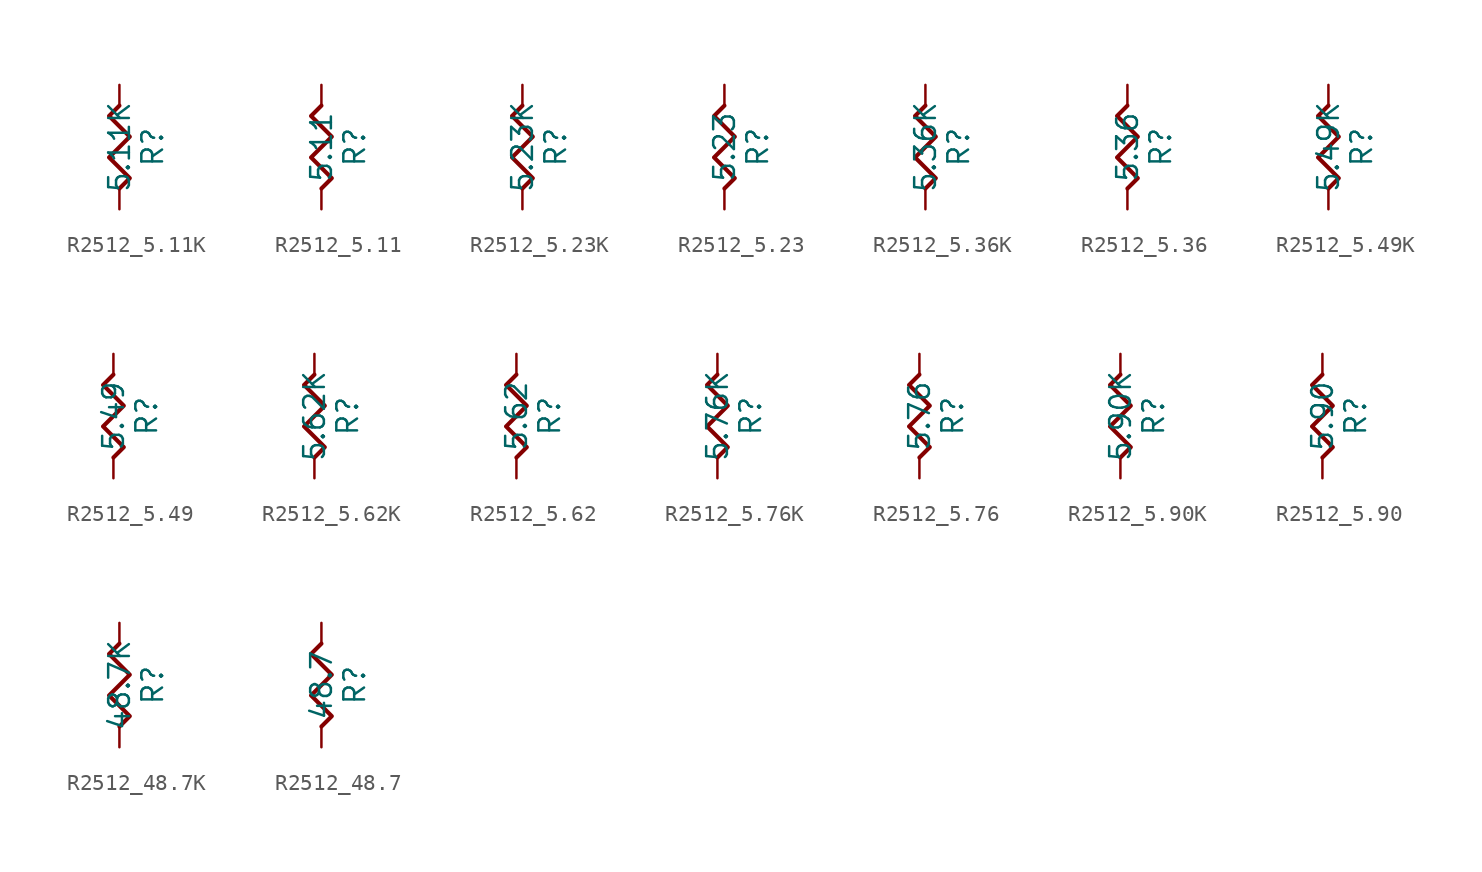
<source format=kicad_sym>
(kicad_symbol_lib
  (version 20211014)
  (generator atlantix-eda)
  (symbol "R2512_5.11K"
    (pin_numbers hide)
    (pin_names
      (offset 0))
    (property "Reference" "R"
      (at 2.032 0 90)
      (effects (font (size 1.27 1.27))))
    (property "Value" "5.11K"
      (at 0 0 90)
      (effects (font (size 1.27 1.27))))
    (symbol "R2512_5.11K_0_1"
      (polyline (pts (xy 0 -2.54) (xy 0.635 -1.905) (xy -0.635 -0.635) (xy 0.635 0.635) (xy -0.635 1.905) (xy 0 2.54)) (stroke (width 0.254) (type default) (color 0 0 0 0)) (fill (type none))))
    (symbol "R2512_5.11K_1_1"
      (pin passive line (at 0 3.81 270) (length 1.27) (name "~" (effects (font (size 1.27 1.27)))) (number "1" (effects (font (size 1.27 1.27)))))
      (pin passive line (at 0 -3.81 90) (length 1.27) (name "~" (effects (font (size 1.27 1.27)))) (number "2" (effects (font (size 1.27 1.27)))))))
  (symbol "R2512_5.11"
    (pin_numbers hide)
    (pin_names
      (offset 0))
    (property "Reference" "R"
      (at 2.032 0 90)
      (effects (font (size 1.27 1.27))))
    (property "Value" "5.11"
      (at 0 0 90)
      (effects (font (size 1.27 1.27))))
    (symbol "R2512_5.11_0_1"
      (polyline (pts (xy 0 -2.54) (xy 0.635 -1.905) (xy -0.635 -0.635) (xy 0.635 0.635) (xy -0.635 1.905) (xy 0 2.54)) (stroke (width 0.254) (type default) (color 0 0 0 0)) (fill (type none))))
    (symbol "R2512_5.11_1_1"
      (pin passive line (at 0 3.81 270) (length 1.27) (name "~" (effects (font (size 1.27 1.27)))) (number "1" (effects (font (size 1.27 1.27)))))
      (pin passive line (at 0 -3.81 90) (length 1.27) (name "~" (effects (font (size 1.27 1.27)))) (number "2" (effects (font (size 1.27 1.27)))))))
  (symbol "R2512_5.23K"
    (pin_numbers hide)
    (pin_names
      (offset 0))
    (property "Reference" "R"
      (at 2.032 0 90)
      (effects (font (size 1.27 1.27))))
    (property "Value" "5.23K"
      (at 0 0 90)
      (effects (font (size 1.27 1.27))))
    (symbol "R2512_5.23K_0_1"
      (polyline (pts (xy 0 -2.54) (xy 0.635 -1.905) (xy -0.635 -0.635) (xy 0.635 0.635) (xy -0.635 1.905) (xy 0 2.54)) (stroke (width 0.254) (type default) (color 0 0 0 0)) (fill (type none))))
    (symbol "R2512_5.23K_1_1"
      (pin passive line (at 0 3.81 270) (length 1.27) (name "~" (effects (font (size 1.27 1.27)))) (number "1" (effects (font (size 1.27 1.27)))))
      (pin passive line (at 0 -3.81 90) (length 1.27) (name "~" (effects (font (size 1.27 1.27)))) (number "2" (effects (font (size 1.27 1.27)))))))
  (symbol "R2512_5.23"
    (pin_numbers hide)
    (pin_names
      (offset 0))
    (property "Reference" "R"
      (at 2.032 0 90)
      (effects (font (size 1.27 1.27))))
    (property "Value" "5.23"
      (at 0 0 90)
      (effects (font (size 1.27 1.27))))
    (symbol "R2512_5.23_0_1"
      (polyline (pts (xy 0 -2.54) (xy 0.635 -1.905) (xy -0.635 -0.635) (xy 0.635 0.635) (xy -0.635 1.905) (xy 0 2.54)) (stroke (width 0.254) (type default) (color 0 0 0 0)) (fill (type none))))
    (symbol "R2512_5.23_1_1"
      (pin passive line (at 0 3.81 270) (length 1.27) (name "~" (effects (font (size 1.27 1.27)))) (number "1" (effects (font (size 1.27 1.27)))))
      (pin passive line (at 0 -3.81 90) (length 1.27) (name "~" (effects (font (size 1.27 1.27)))) (number "2" (effects (font (size 1.27 1.27)))))))
  (symbol "R2512_5.36K"
    (pin_numbers hide)
    (pin_names
      (offset 0))
    (property "Reference" "R"
      (at 2.032 0 90)
      (effects (font (size 1.27 1.27))))
    (property "Value" "5.36K"
      (at 0 0 90)
      (effects (font (size 1.27 1.27))))
    (symbol "R2512_5.36K_0_1"
      (polyline (pts (xy 0 -2.54) (xy 0.635 -1.905) (xy -0.635 -0.635) (xy 0.635 0.635) (xy -0.635 1.905) (xy 0 2.54)) (stroke (width 0.254) (type default) (color 0 0 0 0)) (fill (type none))))
    (symbol "R2512_5.36K_1_1"
      (pin passive line (at 0 3.81 270) (length 1.27) (name "~" (effects (font (size 1.27 1.27)))) (number "1" (effects (font (size 1.27 1.27)))))
      (pin passive line (at 0 -3.81 90) (length 1.27) (name "~" (effects (font (size 1.27 1.27)))) (number "2" (effects (font (size 1.27 1.27)))))))
  (symbol "R2512_5.36"
    (pin_numbers hide)
    (pin_names
      (offset 0))
    (property "Reference" "R"
      (at 2.032 0 90)
      (effects (font (size 1.27 1.27))))
    (property "Value" "5.36"
      (at 0 0 90)
      (effects (font (size 1.27 1.27))))
    (symbol "R2512_5.36_0_1"
      (polyline (pts (xy 0 -2.54) (xy 0.635 -1.905) (xy -0.635 -0.635) (xy 0.635 0.635) (xy -0.635 1.905) (xy 0 2.54)) (stroke (width 0.254) (type default) (color 0 0 0 0)) (fill (type none))))
    (symbol "R2512_5.36_1_1"
      (pin passive line (at 0 3.81 270) (length 1.27) (name "~" (effects (font (size 1.27 1.27)))) (number "1" (effects (font (size 1.27 1.27)))))
      (pin passive line (at 0 -3.81 90) (length 1.27) (name "~" (effects (font (size 1.27 1.27)))) (number "2" (effects (font (size 1.27 1.27)))))))
  (symbol "R2512_5.49K"
    (pin_numbers hide)
    (pin_names
      (offset 0))
    (property "Reference" "R"
      (at 2.032 0 90)
      (effects (font (size 1.27 1.27))))
    (property "Value" "5.49K"
      (at 0 0 90)
      (effects (font (size 1.27 1.27))))
    (symbol "R2512_5.49K_0_1"
      (polyline (pts (xy 0 -2.54) (xy 0.635 -1.905) (xy -0.635 -0.635) (xy 0.635 0.635) (xy -0.635 1.905) (xy 0 2.54)) (stroke (width 0.254) (type default) (color 0 0 0 0)) (fill (type none))))
    (symbol "R2512_5.49K_1_1"
      (pin passive line (at 0 3.81 270) (length 1.27) (name "~" (effects (font (size 1.27 1.27)))) (number "1" (effects (font (size 1.27 1.27)))))
      (pin passive line (at 0 -3.81 90) (length 1.27) (name "~" (effects (font (size 1.27 1.27)))) (number "2" (effects (font (size 1.27 1.27)))))))
  (symbol "R2512_5.49"
    (pin_numbers hide)
    (pin_names
      (offset 0))
    (property "Reference" "R"
      (at 2.032 0 90)
      (effects (font (size 1.27 1.27))))
    (property "Value" "5.49"
      (at 0 0 90)
      (effects (font (size 1.27 1.27))))
    (symbol "R2512_5.49_0_1"
      (polyline (pts (xy 0 -2.54) (xy 0.635 -1.905) (xy -0.635 -0.635) (xy 0.635 0.635) (xy -0.635 1.905) (xy 0 2.54)) (stroke (width 0.254) (type default) (color 0 0 0 0)) (fill (type none))))
    (symbol "R2512_5.49_1_1"
      (pin passive line (at 0 3.81 270) (length 1.27) (name "~" (effects (font (size 1.27 1.27)))) (number "1" (effects (font (size 1.27 1.27)))))
      (pin passive line (at 0 -3.81 90) (length 1.27) (name "~" (effects (font (size 1.27 1.27)))) (number "2" (effects (font (size 1.27 1.27)))))))
  (symbol "R2512_5.62K"
    (pin_numbers hide)
    (pin_names
      (offset 0))
    (property "Reference" "R"
      (at 2.032 0 90)
      (effects (font (size 1.27 1.27))))
    (property "Value" "5.62K"
      (at 0 0 90)
      (effects (font (size 1.27 1.27))))
    (symbol "R2512_5.62K_0_1"
      (polyline (pts (xy 0 -2.54) (xy 0.635 -1.905) (xy -0.635 -0.635) (xy 0.635 0.635) (xy -0.635 1.905) (xy 0 2.54)) (stroke (width 0.254) (type default) (color 0 0 0 0)) (fill (type none))))
    (symbol "R2512_5.62K_1_1"
      (pin passive line (at 0 3.81 270) (length 1.27) (name "~" (effects (font (size 1.27 1.27)))) (number "1" (effects (font (size 1.27 1.27)))))
      (pin passive line (at 0 -3.81 90) (length 1.27) (name "~" (effects (font (size 1.27 1.27)))) (number "2" (effects (font (size 1.27 1.27)))))))
  (symbol "R2512_5.62"
    (pin_numbers hide)
    (pin_names
      (offset 0))
    (property "Reference" "R"
      (at 2.032 0 90)
      (effects (font (size 1.27 1.27))))
    (property "Value" "5.62"
      (at 0 0 90)
      (effects (font (size 1.27 1.27))))
    (symbol "R2512_5.62_0_1"
      (polyline (pts (xy 0 -2.54) (xy 0.635 -1.905) (xy -0.635 -0.635) (xy 0.635 0.635) (xy -0.635 1.905) (xy 0 2.54)) (stroke (width 0.254) (type default) (color 0 0 0 0)) (fill (type none))))
    (symbol "R2512_5.62_1_1"
      (pin passive line (at 0 3.81 270) (length 1.27) (name "~" (effects (font (size 1.27 1.27)))) (number "1" (effects (font (size 1.27 1.27)))))
      (pin passive line (at 0 -3.81 90) (length 1.27) (name "~" (effects (font (size 1.27 1.27)))) (number "2" (effects (font (size 1.27 1.27)))))))
  (symbol "R2512_5.76K"
    (pin_numbers hide)
    (pin_names
      (offset 0))
    (property "Reference" "R"
      (at 2.032 0 90)
      (effects (font (size 1.27 1.27))))
    (property "Value" "5.76K"
      (at 0 0 90)
      (effects (font (size 1.27 1.27))))
    (symbol "R2512_5.76K_0_1"
      (polyline (pts (xy 0 -2.54) (xy 0.635 -1.905) (xy -0.635 -0.635) (xy 0.635 0.635) (xy -0.635 1.905) (xy 0 2.54)) (stroke (width 0.254) (type default) (color 0 0 0 0)) (fill (type none))))
    (symbol "R2512_5.76K_1_1"
      (pin passive line (at 0 3.81 270) (length 1.27) (name "~" (effects (font (size 1.27 1.27)))) (number "1" (effects (font (size 1.27 1.27)))))
      (pin passive line (at 0 -3.81 90) (length 1.27) (name "~" (effects (font (size 1.27 1.27)))) (number "2" (effects (font (size 1.27 1.27)))))))
  (symbol "R2512_5.76"
    (pin_numbers hide)
    (pin_names
      (offset 0))
    (property "Reference" "R"
      (at 2.032 0 90)
      (effects (font (size 1.27 1.27))))
    (property "Value" "5.76"
      (at 0 0 90)
      (effects (font (size 1.27 1.27))))
    (symbol "R2512_5.76_0_1"
      (polyline (pts (xy 0 -2.54) (xy 0.635 -1.905) (xy -0.635 -0.635) (xy 0.635 0.635) (xy -0.635 1.905) (xy 0 2.54)) (stroke (width 0.254) (type default) (color 0 0 0 0)) (fill (type none))))
    (symbol "R2512_5.76_1_1"
      (pin passive line (at 0 3.81 270) (length 1.27) (name "~" (effects (font (size 1.27 1.27)))) (number "1" (effects (font (size 1.27 1.27)))))
      (pin passive line (at 0 -3.81 90) (length 1.27) (name "~" (effects (font (size 1.27 1.27)))) (number "2" (effects (font (size 1.27 1.27)))))))
  (symbol "R2512_5.90K"
    (pin_numbers hide)
    (pin_names
      (offset 0))
    (property "Reference" "R"
      (at 2.032 0 90)
      (effects (font (size 1.27 1.27))))
    (property "Value" "5.90K"
      (at 0 0 90)
      (effects (font (size 1.27 1.27))))
    (symbol "R2512_5.90K_0_1"
      (polyline (pts (xy 0 -2.54) (xy 0.635 -1.905) (xy -0.635 -0.635) (xy 0.635 0.635) (xy -0.635 1.905) (xy 0 2.54)) (stroke (width 0.254) (type default) (color 0 0 0 0)) (fill (type none))))
    (symbol "R2512_5.90K_1_1"
      (pin passive line (at 0 3.81 270) (length 1.27) (name "~" (effects (font (size 1.27 1.27)))) (number "1" (effects (font (size 1.27 1.27)))))
      (pin passive line (at 0 -3.81 90) (length 1.27) (name "~" (effects (font (size 1.27 1.27)))) (number "2" (effects (font (size 1.27 1.27)))))))
  (symbol "R2512_5.90"
    (pin_numbers hide)
    (pin_names
      (offset 0))
    (property "Reference" "R"
      (at 2.032 0 90)
      (effects (font (size 1.27 1.27))))
    (property "Value" "5.90"
      (at 0 0 90)
      (effects (font (size 1.27 1.27))))
    (symbol "R2512_5.90_0_1"
      (polyline (pts (xy 0 -2.54) (xy 0.635 -1.905) (xy -0.635 -0.635) (xy 0.635 0.635) (xy -0.635 1.905) (xy 0 2.54)) (stroke (width 0.254) (type default) (color 0 0 0 0)) (fill (type none))))
    (symbol "R2512_5.90_1_1"
      (pin passive line (at 0 3.81 270) (length 1.27) (name "~" (effects (font (size 1.27 1.27)))) (number "1" (effects (font (size 1.27 1.27)))))
      (pin passive line (at 0 -3.81 90) (length 1.27) (name "~" (effects (font (size 1.27 1.27)))) (number "2" (effects (font (size 1.27 1.27)))))))
  (symbol "R2512_48.7K"
    (pin_numbers hide)
    (pin_names
      (offset 0))
    (property "Reference" "R"
      (at 2.032 0 90)
      (effects (font (size 1.27 1.27))))
    (property "Value" "48.7K"
      (at 0 0 90)
      (effects (font (size 1.27 1.27))))
    (symbol "R2512_48.7K_0_1"
      (polyline (pts (xy 0 -2.54) (xy 0.635 -1.905) (xy -0.635 -0.635) (xy 0.635 0.635) (xy -0.635 1.905) (xy 0 2.54)) (stroke (width 0.254) (type default) (color 0 0 0 0)) (fill (type none))))
    (symbol "R2512_48.7K_1_1"
      (pin passive line (at 0 3.81 270) (length 1.27) (name "~" (effects (font (size 1.27 1.27)))) (number "1" (effects (font (size 1.27 1.27)))))
      (pin passive line (at 0 -3.81 90) (length 1.27) (name "~" (effects (font (size 1.27 1.27)))) (number "2" (effects (font (size 1.27 1.27)))))))
  (symbol "R2512_48.7"
    (pin_numbers hide)
    (pin_names
      (offset 0))
    (property "Reference" "R"
      (at 2.032 0 90)
      (effects (font (size 1.27 1.27))))
    (property "Value" "48.7"
      (at 0 0 90)
      (effects (font (size 1.27 1.27))))
    (symbol "R2512_48.7_0_1"
      (polyline (pts (xy 0 -2.54) (xy 0.635 -1.905) (xy -0.635 -0.635) (xy 0.635 0.635) (xy -0.635 1.905) (xy 0 2.54)) (stroke (width 0.254) (type default) (color 0 0 0 0)) (fill (type none))))
    (symbol "R2512_48.7_1_1"
      (pin passive line (at 0 3.81 270) (length 1.27) (name "~" (effects (font (size 1.27 1.27)))) (number "1" (effects (font (size 1.27 1.27)))))
      (pin passive line (at 0 -3.81 90) (length 1.27) (name "~" (effects (font (size 1.27 1.27)))) (number "2" (effects (font (size 1.27 1.27))))))))
</source>
